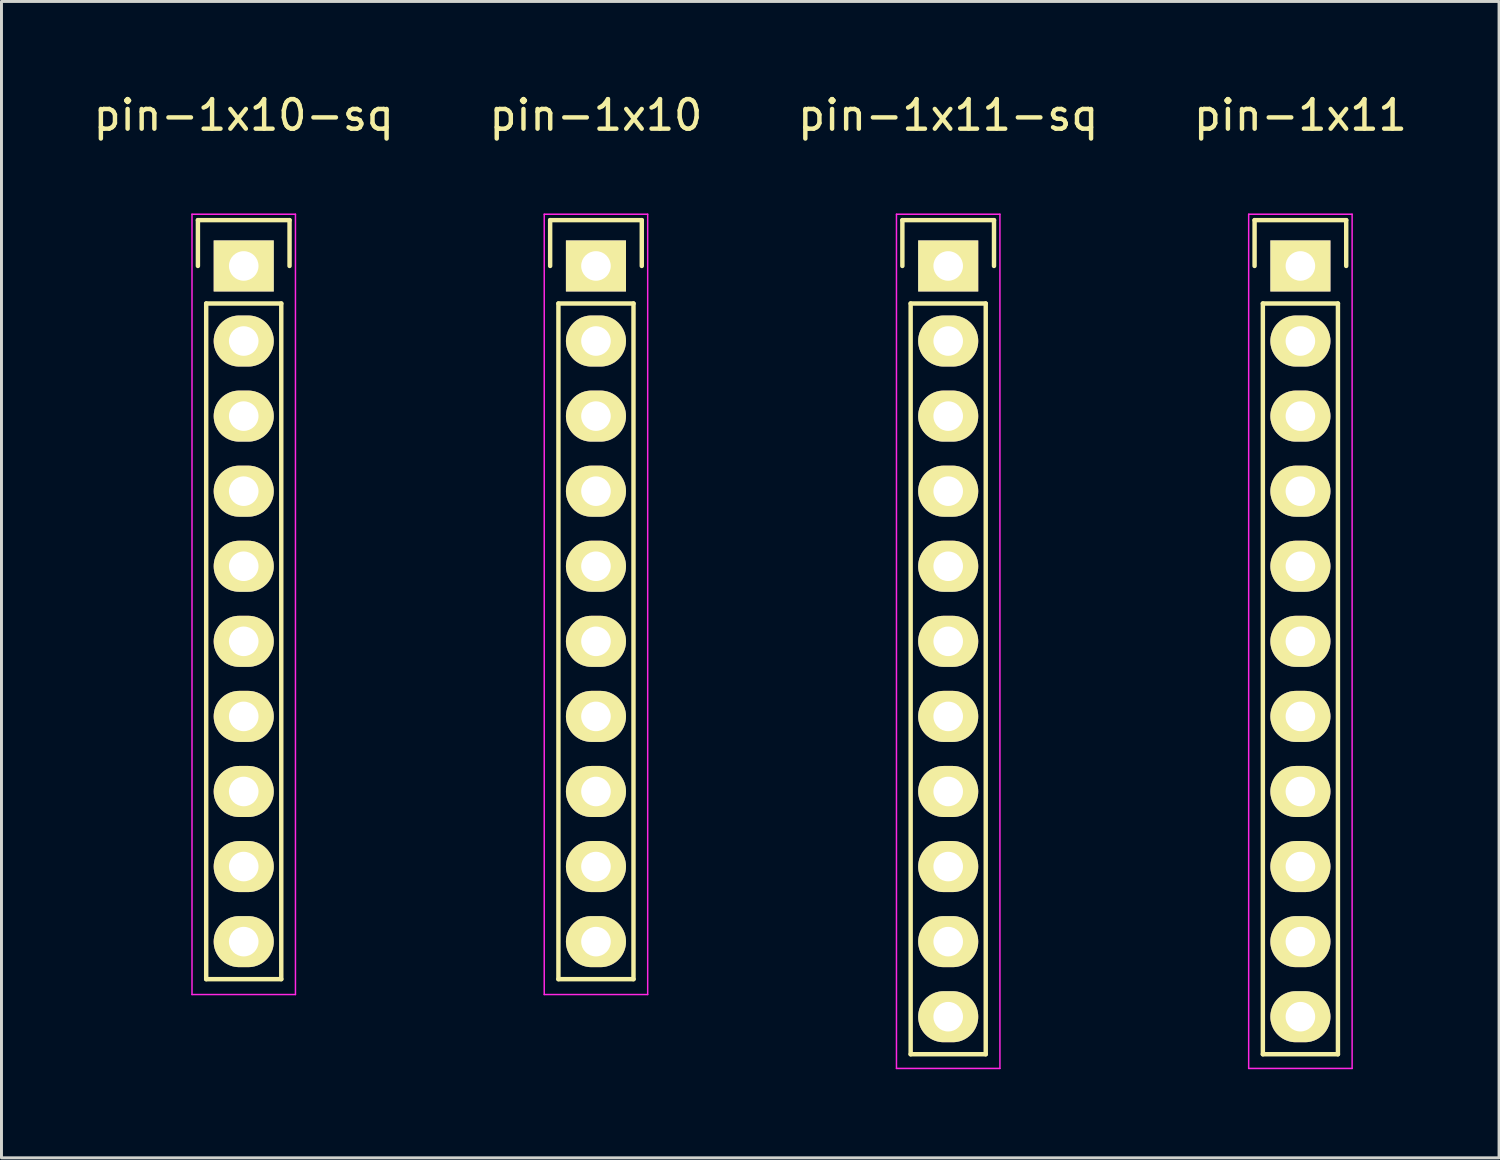
<source format=kicad_pcb>
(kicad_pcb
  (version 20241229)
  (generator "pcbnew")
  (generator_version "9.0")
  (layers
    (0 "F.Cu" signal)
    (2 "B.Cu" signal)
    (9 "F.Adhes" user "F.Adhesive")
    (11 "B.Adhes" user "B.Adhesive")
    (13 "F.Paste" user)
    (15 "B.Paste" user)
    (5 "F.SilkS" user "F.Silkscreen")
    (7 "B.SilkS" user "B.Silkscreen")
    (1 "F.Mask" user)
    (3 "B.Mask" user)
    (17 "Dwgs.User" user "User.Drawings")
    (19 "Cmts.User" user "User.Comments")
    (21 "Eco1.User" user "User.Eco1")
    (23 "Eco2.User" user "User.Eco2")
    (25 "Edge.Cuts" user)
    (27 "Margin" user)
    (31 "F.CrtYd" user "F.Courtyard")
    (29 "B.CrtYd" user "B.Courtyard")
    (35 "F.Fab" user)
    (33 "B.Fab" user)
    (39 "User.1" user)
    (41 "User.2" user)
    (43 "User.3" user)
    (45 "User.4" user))
  (footprint "pin-1x11"
    (layer "F.Cu")
    (at 40.946 5.948)
    (property "Reference" "pin-1x11" (at 0 -5.1 0) (layer "F.SilkS") (effects (font (size 1 1) (thickness 0.15))))
    (attr through_hole)
    (fp_line (start -1.55 -1.55) (end 1.55 -1.55) (stroke (width 0.15) (type solid)) (layer "F.SilkS"))
    (fp_line (start -1.55 0) (end -1.55 -1.55) (stroke (width 0.15) (type solid)) (layer "F.SilkS"))
    (fp_line (start -1.27 26.67) (end -1.27 1.27) (stroke (width 0.15) (type solid)) (layer "F.SilkS"))
    (fp_line (start 1.27 1.27) (end -1.27 1.27) (stroke (width 0.15) (type solid)) (layer "F.SilkS"))
    (fp_line (start 1.27 1.27) (end 1.27 26.67) (stroke (width 0.15) (type solid)) (layer "F.SilkS"))
    (fp_line (start 1.27 26.67) (end -1.27 26.67) (stroke (width 0.15) (type solid)) (layer "F.SilkS"))
    (fp_line (start 1.55 -1.55) (end 1.55 0) (stroke (width 0.15) (type solid)) (layer "F.SilkS"))
    (fp_line (start -1.75 -1.75) (end -1.75 27.15) (stroke (width 0.05) (type solid)) (layer "F.CrtYd"))
    (fp_line (start -1.75 -1.75) (end 1.75 -1.75) (stroke (width 0.05) (type solid)) (layer "F.CrtYd"))
    (fp_line (start -1.75 27.15) (end 1.75 27.15) (stroke (width 0.05) (type solid)) (layer "F.CrtYd"))
    (fp_line (start 1.75 -1.75) (end 1.75 27.15) (stroke (width 0.05) (type solid)) (layer "F.CrtYd"))
    (pad "1" thru_hole rect (at 0 0) (size 2.032 1.727) (drill 1) (layers "*.Cu" "*.Mask" "F.SilkS"))
    (pad "2" thru_hole oval (at 0 2.54) (size 2.032 1.727) (drill 1) (layers "*.Cu" "*.Mask" "F.SilkS"))
    (pad "3" thru_hole oval (at 0 5.08) (size 2.032 1.727) (drill 1) (layers "*.Cu" "*.Mask" "F.SilkS"))
    (pad "4" thru_hole oval (at 0 7.62) (size 2.032 1.727) (drill 1) (layers "*.Cu" "*.Mask" "F.SilkS"))
    (pad "5" thru_hole oval (at 0 10.16) (size 2.032 1.727) (drill 1) (layers "*.Cu" "*.Mask" "F.SilkS"))
    (pad "6" thru_hole oval (at 0 12.7) (size 2.032 1.727) (drill 1) (layers "*.Cu" "*.Mask" "F.SilkS"))
    (pad "7" thru_hole oval (at 0 15.24) (size 2.032 1.727) (drill 1) (layers "*.Cu" "*.Mask" "F.SilkS"))
    (pad "8" thru_hole oval (at 0 17.78) (size 2.032 1.727) (drill 1) (layers "*.Cu" "*.Mask" "F.SilkS"))
    (pad "9" thru_hole oval (at 0 20.32) (size 2.032 1.727) (drill 1) (layers "*.Cu" "*.Mask" "F.SilkS"))
    (pad "10" thru_hole oval (at 0 22.86) (size 2.032 1.727) (drill 1) (layers "*.Cu" "*.Mask" "F.SilkS"))
    (pad "11" thru_hole oval (at 0 25.4) (size 2.032 1.727) (drill 1) (layers "*.Cu" "*.Mask" "F.SilkS")))
  (footprint "pin-1x10"
    (layer "F.Cu")
    (at 17.113 5.948)
    (property "Reference" "pin-1x10" (at 0 -5.1 0) (layer "F.SilkS") (effects (font (size 1 1) (thickness 0.15))))
    (attr through_hole)
    (fp_line (start -1.55 -1.55) (end 1.55 -1.55) (stroke (width 0.15) (type solid)) (layer "F.SilkS"))
    (fp_line (start -1.55 0) (end -1.55 -1.55) (stroke (width 0.15) (type solid)) (layer "F.SilkS"))
    (fp_line (start -1.27 24.13) (end -1.27 1.27) (stroke (width 0.15) (type solid)) (layer "F.SilkS"))
    (fp_line (start 1.27 1.27) (end -1.27 1.27) (stroke (width 0.15) (type solid)) (layer "F.SilkS"))
    (fp_line (start 1.27 1.27) (end 1.27 24.13) (stroke (width 0.15) (type solid)) (layer "F.SilkS"))
    (fp_line (start 1.27 24.13) (end -1.27 24.13) (stroke (width 0.15) (type solid)) (layer "F.SilkS"))
    (fp_line (start 1.55 -1.55) (end 1.55 0) (stroke (width 0.15) (type solid)) (layer "F.SilkS"))
    (fp_line (start -1.75 -1.75) (end -1.75 24.65) (stroke (width 0.05) (type solid)) (layer "F.CrtYd"))
    (fp_line (start -1.75 -1.75) (end 1.75 -1.75) (stroke (width 0.05) (type solid)) (layer "F.CrtYd"))
    (fp_line (start -1.75 24.65) (end 1.75 24.65) (stroke (width 0.05) (type solid)) (layer "F.CrtYd"))
    (fp_line (start 1.75 -1.75) (end 1.75 24.65) (stroke (width 0.05) (type solid)) (layer "F.CrtYd"))
    (pad "1" thru_hole rect (at 0 0) (size 2.032 1.727) (drill 1) (layers "*.Cu" "*.Mask" "F.SilkS"))
    (pad "2" thru_hole oval (at 0 2.54) (size 2.032 1.727) (drill 1) (layers "*.Cu" "*.Mask" "F.SilkS"))
    (pad "3" thru_hole oval (at 0 5.08) (size 2.032 1.727) (drill 1) (layers "*.Cu" "*.Mask" "F.SilkS"))
    (pad "4" thru_hole oval (at 0 7.62) (size 2.032 1.727) (drill 1) (layers "*.Cu" "*.Mask" "F.SilkS"))
    (pad "5" thru_hole oval (at 0 10.16) (size 2.032 1.727) (drill 1) (layers "*.Cu" "*.Mask" "F.SilkS"))
    (pad "6" thru_hole oval (at 0 12.7) (size 2.032 1.727) (drill 1) (layers "*.Cu" "*.Mask" "F.SilkS"))
    (pad "7" thru_hole oval (at 0 15.24) (size 2.032 1.727) (drill 1) (layers "*.Cu" "*.Mask" "F.SilkS"))
    (pad "8" thru_hole oval (at 0 17.78) (size 2.032 1.727) (drill 1) (layers "*.Cu" "*.Mask" "F.SilkS"))
    (pad "9" thru_hole oval (at 0 20.32) (size 2.032 1.727) (drill 1) (layers "*.Cu" "*.Mask" "F.SilkS"))
    (pad "10" thru_hole oval (at 0 22.86) (size 2.032 1.727) (drill 1) (layers "*.Cu" "*.Mask" "F.SilkS")))
  (footprint "pin-1x11-sq"
    (layer "F.Cu")
    (at 29.03 5.948)
    (property "Reference" "pin-1x11-sq" (at 0 -5.1 0) (layer "F.SilkS") (effects (font (size 1 1) (thickness 0.15))))
    (attr through_hole)
    (fp_line (start -1.55 -1.55) (end 1.55 -1.55) (stroke (width 0.15) (type solid)) (layer "F.SilkS"))
    (fp_line (start -1.55 0) (end -1.55 -1.55) (stroke (width 0.15) (type solid)) (layer "F.SilkS"))
    (fp_line (start -1.27 26.67) (end -1.27 1.27) (stroke (width 0.15) (type solid)) (layer "F.SilkS"))
    (fp_line (start 1.27 1.27) (end -1.27 1.27) (stroke (width 0.15) (type solid)) (layer "F.SilkS"))
    (fp_line (start 1.27 1.27) (end 1.27 26.67) (stroke (width 0.15) (type solid)) (layer "F.SilkS"))
    (fp_line (start 1.27 26.67) (end -1.27 26.67) (stroke (width 0.15) (type solid)) (layer "F.SilkS"))
    (fp_line (start 1.55 -1.55) (end 1.55 0) (stroke (width 0.15) (type solid)) (layer "F.SilkS"))
    (fp_line (start -1.75 -1.75) (end -1.75 27.15) (stroke (width 0.05) (type solid)) (layer "F.CrtYd"))
    (fp_line (start -1.75 -1.75) (end 1.75 -1.75) (stroke (width 0.05) (type solid)) (layer "F.CrtYd"))
    (fp_line (start -1.75 27.15) (end 1.75 27.15) (stroke (width 0.05) (type solid)) (layer "F.CrtYd"))
    (fp_line (start 1.75 -1.75) (end 1.75 27.15) (stroke (width 0.05) (type solid)) (layer "F.CrtYd"))
    (pad "1" thru_hole rect (at 0 0) (size 2.032 1.727) (drill 1) (layers "*.Cu" "*.Mask" "F.SilkS"))
    (pad "2" thru_hole oval (at 0 2.54) (size 2.032 1.727) (drill 1) (layers "*.Cu" "*.Mask" "F.SilkS"))
    (pad "3" thru_hole oval (at 0 5.08) (size 2.032 1.727) (drill 1) (layers "*.Cu" "*.Mask" "F.SilkS"))
    (pad "4" thru_hole oval (at 0 7.62) (size 2.032 1.727) (drill 1) (layers "*.Cu" "*.Mask" "F.SilkS"))
    (pad "5" thru_hole oval (at 0 10.16) (size 2.032 1.727) (drill 1) (layers "*.Cu" "*.Mask" "F.SilkS"))
    (pad "6" thru_hole oval (at 0 12.7) (size 2.032 1.727) (drill 1) (layers "*.Cu" "*.Mask" "F.SilkS"))
    (pad "7" thru_hole oval (at 0 15.24) (size 2.032 1.727) (drill 1) (layers "*.Cu" "*.Mask" "F.SilkS"))
    (pad "8" thru_hole oval (at 0 17.78) (size 2.032 1.727) (drill 1) (layers "*.Cu" "*.Mask" "F.SilkS"))
    (pad "9" thru_hole oval (at 0 20.32) (size 2.032 1.727) (drill 1) (layers "*.Cu" "*.Mask" "F.SilkS"))
    (pad "10" thru_hole oval (at 0 22.86) (size 2.032 1.727) (drill 1) (layers "*.Cu" "*.Mask" "F.SilkS"))
    (pad "11" thru_hole oval (at 0 25.4) (size 2.032 1.727) (drill 1) (layers "*.Cu" "*.Mask" "F.SilkS")))
  (footprint "pin-1x10-sq"
    (layer "F.Cu")
    (at 5.196 5.948)
    (property "Reference" "pin-1x10-sq" (at 0 -5.1 0) (layer "F.SilkS") (effects (font (size 1 1) (thickness 0.15))))
    (attr through_hole)
    (fp_line (start -1.55 -1.55) (end 1.55 -1.55) (stroke (width 0.15) (type solid)) (layer "F.SilkS"))
    (fp_line (start -1.55 0) (end -1.55 -1.55) (stroke (width 0.15) (type solid)) (layer "F.SilkS"))
    (fp_line (start -1.27 24.13) (end -1.27 1.27) (stroke (width 0.15) (type solid)) (layer "F.SilkS"))
    (fp_line (start 1.27 1.27) (end -1.27 1.27) (stroke (width 0.15) (type solid)) (layer "F.SilkS"))
    (fp_line (start 1.27 1.27) (end 1.27 24.13) (stroke (width 0.15) (type solid)) (layer "F.SilkS"))
    (fp_line (start 1.27 24.13) (end -1.27 24.13) (stroke (width 0.15) (type solid)) (layer "F.SilkS"))
    (fp_line (start 1.55 -1.55) (end 1.55 0) (stroke (width 0.15) (type solid)) (layer "F.SilkS"))
    (fp_line (start -1.75 -1.75) (end -1.75 24.65) (stroke (width 0.05) (type solid)) (layer "F.CrtYd"))
    (fp_line (start -1.75 -1.75) (end 1.75 -1.75) (stroke (width 0.05) (type solid)) (layer "F.CrtYd"))
    (fp_line (start -1.75 24.65) (end 1.75 24.65) (stroke (width 0.05) (type solid)) (layer "F.CrtYd"))
    (fp_line (start 1.75 -1.75) (end 1.75 24.65) (stroke (width 0.05) (type solid)) (layer "F.CrtYd"))
    (pad "1" thru_hole rect (at 0 0) (size 2.032 1.727) (drill 1) (layers "*.Cu" "*.Mask" "F.SilkS"))
    (pad "2" thru_hole oval (at 0 2.54) (size 2.032 1.727) (drill 1) (layers "*.Cu" "*.Mask" "F.SilkS"))
    (pad "3" thru_hole oval (at 0 5.08) (size 2.032 1.727) (drill 1) (layers "*.Cu" "*.Mask" "F.SilkS"))
    (pad "4" thru_hole oval (at 0 7.62) (size 2.032 1.727) (drill 1) (layers "*.Cu" "*.Mask" "F.SilkS"))
    (pad "5" thru_hole oval (at 0 10.16) (size 2.032 1.727) (drill 1) (layers "*.Cu" "*.Mask" "F.SilkS"))
    (pad "6" thru_hole oval (at 0 12.7) (size 2.032 1.727) (drill 1) (layers "*.Cu" "*.Mask" "F.SilkS"))
    (pad "7" thru_hole oval (at 0 15.24) (size 2.032 1.727) (drill 1) (layers "*.Cu" "*.Mask" "F.SilkS"))
    (pad "8" thru_hole oval (at 0 17.78) (size 2.032 1.727) (drill 1) (layers "*.Cu" "*.Mask" "F.SilkS"))
    (pad "9" thru_hole oval (at 0 20.32) (size 2.032 1.727) (drill 1) (layers "*.Cu" "*.Mask" "F.SilkS"))
    (pad "10" thru_hole oval (at 0 22.86) (size 2.032 1.727) (drill 1) (layers "*.Cu" "*.Mask" "F.SilkS")))
  (gr_rect
    (start -3 -3)
    (end 47.667 36.123)
    (stroke (width 0.1) (type default))
    (fill no)
    (layer "Edge.Cuts")))
</source>
